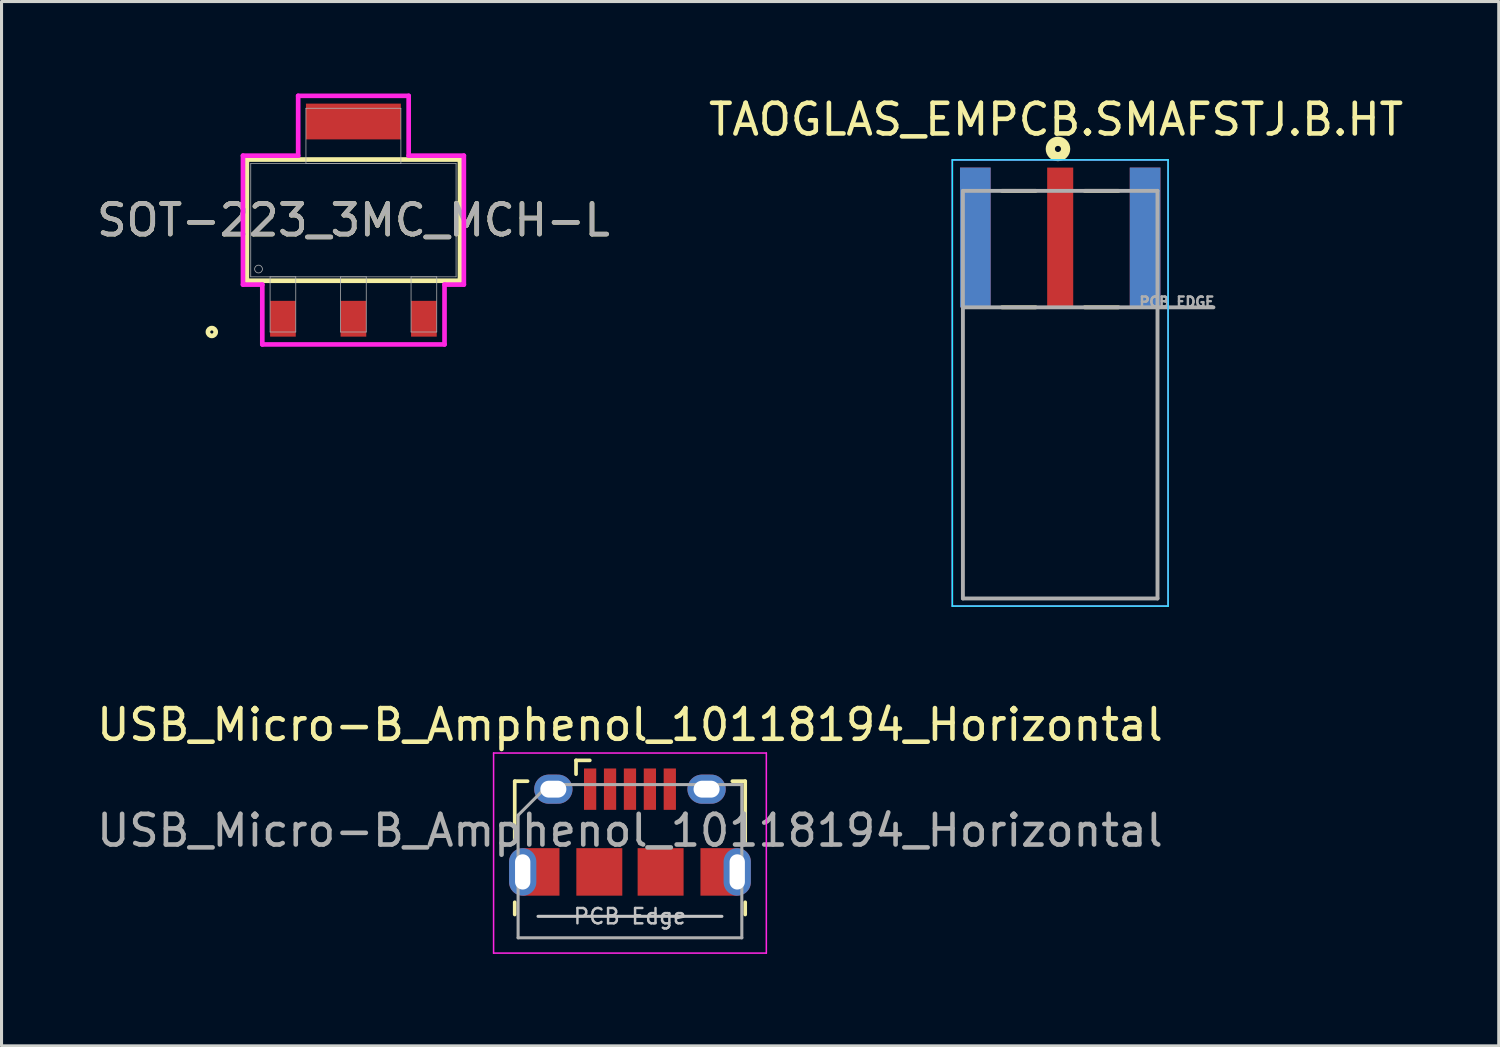
<source format=kicad_pcb>
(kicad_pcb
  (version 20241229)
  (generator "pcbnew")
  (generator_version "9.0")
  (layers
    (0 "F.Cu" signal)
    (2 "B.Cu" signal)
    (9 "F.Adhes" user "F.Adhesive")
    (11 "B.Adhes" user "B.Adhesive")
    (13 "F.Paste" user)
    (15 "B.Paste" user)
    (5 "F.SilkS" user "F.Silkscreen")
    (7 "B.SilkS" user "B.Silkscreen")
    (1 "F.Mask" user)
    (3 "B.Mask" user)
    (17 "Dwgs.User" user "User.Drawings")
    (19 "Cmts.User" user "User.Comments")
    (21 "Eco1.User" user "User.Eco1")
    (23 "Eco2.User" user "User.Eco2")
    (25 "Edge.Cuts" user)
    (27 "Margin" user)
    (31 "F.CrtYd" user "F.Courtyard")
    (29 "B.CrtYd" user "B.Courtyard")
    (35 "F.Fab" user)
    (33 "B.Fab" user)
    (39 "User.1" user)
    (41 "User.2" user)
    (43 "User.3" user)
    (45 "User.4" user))
  (footprint "USB_Micro-B_Amphenol_10118194_Horizontal"
    (layer "F.Cu")
    (at 17.506 24.101)
    (property "Reference" "USB_Micro-B_Amphenol_10118194_Horizontal" (at 0 -3.5 0) (layer "F.SilkS") (effects (font (size 1 1) (thickness 0.15))))
    (attr smd)
    (fp_line (start -3.76 -1.66) (end -3.34 -1.66) (stroke (width 0.12) (type solid)) (layer "F.SilkS"))
    (fp_line (start -3.76 0.32) (end -3.76 -1.66) (stroke (width 0.12) (type solid)) (layer "F.SilkS"))
    (fp_line (start -3.76 2.69) (end -3.76 2.29) (stroke (width 0.12) (type solid)) (layer "F.SilkS"))
    (fp_line (start -1.76 -1.89) (end -1.76 -2.34) (stroke (width 0.12) (type solid)) (layer "F.SilkS"))
    (fp_line (start -1.31 -2.34) (end -1.76 -2.34) (stroke (width 0.12) (type solid)) (layer "F.SilkS"))
    (fp_line (start 3.76 -1.66) (end 3.34 -1.66) (stroke (width 0.12) (type solid)) (layer "F.SilkS"))
    (fp_line (start 3.76 0.32) (end 3.76 -1.66) (stroke (width 0.12) (type solid)) (layer "F.SilkS"))
    (fp_line (start 3.76 2.29) (end 3.76 2.69) (stroke (width 0.12) (type solid)) (layer "F.SilkS"))
    (fp_line (start 3 2.75) (end -3 2.75) (stroke (width 0.1) (type solid)) (layer "Dwgs.User"))
    (fp_line (start -4.45 -2.58) (end -4.45 3.95) (stroke (width 0.05) (type solid)) (layer "F.CrtYd"))
    (fp_line (start -4.45 -2.58) (end 4.45 -2.58) (stroke (width 0.05) (type solid)) (layer "F.CrtYd"))
    (fp_line (start -4.45 3.95) (end 4.45 3.95) (stroke (width 0.05) (type solid)) (layer "F.CrtYd"))
    (fp_line (start 4.45 -2.58) (end 4.45 3.95) (stroke (width 0.05) (type solid)) (layer "F.CrtYd"))
    (fp_line (start -3.65 -0.55) (end -2.65 -1.55) (stroke (width 0.1) (type solid)) (layer "F.Fab"))
    (fp_line (start -3.65 3.45) (end -3.65 -0.55) (stroke (width 0.1) (type solid)) (layer "F.Fab"))
    (fp_line (start -2.65 -1.55) (end 3.65 -1.55) (stroke (width 0.1) (type solid)) (layer "F.Fab"))
    (fp_line (start 3.65 -1.55) (end 3.65 3.45) (stroke (width 0.1) (type solid)) (layer "F.Fab"))
    (fp_line (start 3.65 3.45) (end -3.65 3.45) (stroke (width 0.1) (type solid)) (layer "F.Fab"))
    (fp_text user "PCB Edge" (at 0 2.75 0) (layer "Dwgs.User") (effects (font (size 0.5 0.5) (thickness 0.08))))
    (fp_text user "${REFERENCE}" (at 0 -0.05 0) (layer "F.Fab") (effects (font (size 1 1) (thickness 0.15))))
    (pad "" smd oval (at -3.5 1.3) (size 0.89 1.55) (layers "F.Paste"))
    (pad "" smd oval (at -2.5 -1.4) (size 1.25 0.95) (layers "F.Paste"))
    (pad "" smd oval (at 2.5 -1.4) (size 1.25 0.95) (layers "F.Paste"))
    (pad "" smd oval (at 3.5 1.3) (size 0.89 1.55) (layers "F.Paste"))
    (pad "1" smd rect (at -1.3 -1.4) (size 0.4 1.35) (layers "F.Cu" "F.Mask" "F.Paste"))
    (pad "2" smd rect (at -0.65 -1.4) (size 0.4 1.35) (layers "F.Cu" "F.Mask" "F.Paste"))
    (pad "3" smd rect (at 0 -1.4) (size 0.4 1.35) (layers "F.Cu" "F.Mask" "F.Paste"))
    (pad "4" smd rect (at 0.65 -1.4) (size 0.4 1.35) (layers "F.Cu" "F.Mask" "F.Paste"))
    (pad "5" smd rect (at 1.3 -1.4) (size 0.4 1.35) (layers "F.Cu" "F.Mask" "F.Paste"))
    (pad "6" thru_hole oval (at -3.5 1.3) (size 0.89 1.55) (drill oval 0.5 1.15) (layers "*.Cu" "*.Mask"))
    (pad "6" smd rect (at -2.9 1.3) (size 1.2 1.55) (layers "F.Cu" "F.Mask" "F.Paste"))
    (pad "6" thru_hole oval (at -2.5 -1.4) (size 1.25 0.95) (drill oval 0.85 0.55) (layers "*.Cu" "*.Mask"))
    (pad "6" smd rect (at -1 1.3) (size 1.5 1.55) (layers "F.Cu" "F.Mask" "F.Paste"))
    (pad "6" smd rect (at 1 1.3) (size 1.5 1.55) (layers "F.Cu" "F.Mask" "F.Paste"))
    (pad "6" thru_hole oval (at 2.5 -1.4) (size 1.25 0.95) (drill oval 0.85 0.55) (layers "*.Cu" "*.Mask"))
    (pad "6" smd rect (at 2.9 1.3) (size 1.2 1.55) (layers "F.Cu" "F.Mask" "F.Paste"))
    (pad "6" thru_hole oval (at 3.5 1.3) (size 0.89 1.55) (drill oval 0.5 1.15) (layers "*.Cu" "*.Mask")))
  (footprint "TAOGLAS_EMPCB.SMAFSTJ.B.HT"
    (layer "F.Cu")
    (at 31.545 4.698)
    (property "Reference" "TAOGLAS_EMPCB.SMAFSTJ.B.HT" (at -0.135 -3.849 0) (layer "F.SilkS") (effects (font (size 1.001 1.001) (thickness 0.15))))
    (attr smd)
    (fp_line (start -1.9 -1.52) (end -0.8 -1.52) (stroke (width 0.127) (type solid)) (layer "F.SilkS"))
    (fp_line (start -1.9 2.28) (end -0.8 2.28) (stroke (width 0.127) (type solid)) (layer "F.SilkS"))
    (fp_line (start 0.8 -1.52) (end 1.9 -1.52) (stroke (width 0.127) (type solid)) (layer "F.SilkS"))
    (fp_line (start 0.8 2.28) (end 1.9 2.28) (stroke (width 0.127) (type solid)) (layer "F.SilkS"))
    (fp_circle (center -0.073 -2.888) (end 0.027 -2.888) (stroke (width 0.3) (type solid)) (fill no) (layer "F.SilkS"))
    (fp_line (start -3.52 -2.53) (end 3.52 -2.53) (stroke (width 0.05) (type solid)) (layer "B.CrtYd"))
    (fp_line (start -3.52 12.03) (end -3.52 -2.53) (stroke (width 0.05) (type solid)) (layer "B.CrtYd"))
    (fp_line (start 3.52 -2.53) (end 3.52 12.03) (stroke (width 0.05) (type solid)) (layer "B.CrtYd"))
    (fp_line (start 3.52 12.03) (end -3.52 12.03) (stroke (width 0.05) (type solid)) (layer "B.CrtYd"))
    (fp_line (start -3.52 -2.53) (end 3.52 -2.53) (stroke (width 0.05) (type solid)) (layer "F.CrtYd"))
    (fp_line (start -3.52 12.03) (end -3.52 -2.53) (stroke (width 0.05) (type solid)) (layer "F.CrtYd"))
    (fp_line (start 3.52 -2.53) (end 3.52 12.03) (stroke (width 0.05) (type solid)) (layer "F.CrtYd"))
    (fp_line (start 3.52 12.03) (end -3.52 12.03) (stroke (width 0.05) (type solid)) (layer "F.CrtYd"))
    (fp_line (start -3.175 -1.52) (end 3.175 -1.52) (stroke (width 0.127) (type solid)) (layer "F.Fab"))
    (fp_line (start -3.175 2.28) (end -3.175 -1.52) (stroke (width 0.127) (type solid)) (layer "F.Fab"))
    (fp_line (start -3.175 2.28) (end 5 2.28) (stroke (width 0.127) (type solid)) (layer "F.Fab"))
    (fp_line (start -3.175 11.78) (end -3.175 2.28) (stroke (width 0.127) (type solid)) (layer "F.Fab"))
    (fp_line (start 3.175 -1.52) (end 3.175 11.78) (stroke (width 0.127) (type solid)) (layer "F.Fab"))
    (fp_line (start 3.175 11.78) (end -3.175 11.78) (stroke (width 0.127) (type solid)) (layer "F.Fab"))
    (fp_text user "PCB EDGE" (at 3.807 2.104 0) (layer "F.Fab") (effects (font (size 0.321 0.321) (thickness 0.08))))
    (pad "1" smd rect (at 0 0) (size 0.85 4.56) (layers "F.Cu" "F.Mask" "F.Paste"))
    (pad "2" smd rect (at -2.77 0) (size 1 4.56) (layers "F.Cu" "F.Mask" "F.Paste"))
    (pad "2" smd rect (at -2.77 0) (size 1 4.56) (layers "B.Cu" "B.Mask" "B.Paste"))
    (pad "2" smd rect (at 2.77 0) (size 1 4.56) (layers "F.Cu" "F.Mask" "F.Paste"))
    (pad "2" smd rect (at 2.77 0) (size 1 4.56) (layers "B.Cu" "B.Mask" "B.Paste")))
  (footprint "SOT-223_3MC_MCH-L"
    (layer "F.Cu")
    (at 8.482 4.133)
    (property "Reference" "SOT-223_3MC_MCH-L" (at 0 0 0) (unlocked yes) (layer "F.SilkS") (effects (font (size 1 1) (thickness 0.15))))
    (attr smd)
    (fp_poly (pts (xy 1.549 -3.802) (xy -1.549 -3.802) (xy -1.549 -2.634) (xy 1.549 -2.634)) (stroke (width 0) (type solid)) (fill yes) (layer "F.Cu"))
    (fp_poly (pts (xy 1.549 -3.955) (xy -1.549 -3.955) (xy -1.549 -2.38) (xy 1.549 -2.38)) (stroke (width 0) (type solid)) (fill yes) (layer "F.Mask"))
    (fp_line (start -3.477 -1.977) (end -3.477 1.977) (stroke (width 0.152) (type solid)) (layer "F.SilkS"))
    (fp_line (start -3.477 1.977) (end 3.477 1.977) (stroke (width 0.152) (type solid)) (layer "F.SilkS"))
    (fp_line (start 3.477 -1.977) (end -3.477 -1.977) (stroke (width 0.152) (type solid)) (layer "F.SilkS"))
    (fp_line (start 3.477 1.977) (end 3.477 -1.977) (stroke (width 0.152) (type solid)) (layer "F.SilkS"))
    (fp_circle (center -4.62 3.65) (end -4.493 3.65) (stroke (width 0.152) (type solid)) (fill no) (layer "F.SilkS"))
    (fp_poly (pts (xy 1.549 -3.802) (xy -1.549 -3.802) (xy -1.549 -2.634) (xy 1.549 -2.634)) (stroke (width 0) (type solid)) (fill yes) (layer "F.Paste"))
    (fp_line (start -3.604 -2.104) (end -1.803 -2.104) (stroke (width 0.152) (type solid)) (layer "F.CrtYd"))
    (fp_line (start -3.604 2.104) (end -3.604 -2.104) (stroke (width 0.152) (type solid)) (layer "F.CrtYd"))
    (fp_line (start -2.973 2.104) (end -3.604 2.104) (stroke (width 0.152) (type solid)) (layer "F.CrtYd"))
    (fp_line (start -2.973 4.056) (end -2.973 2.104) (stroke (width 0.152) (type solid)) (layer "F.CrtYd"))
    (fp_line (start -1.803 -4.056) (end 1.803 -4.056) (stroke (width 0.152) (type solid)) (layer "F.CrtYd"))
    (fp_line (start -1.803 -2.104) (end -1.803 -4.056) (stroke (width 0.152) (type solid)) (layer "F.CrtYd"))
    (fp_line (start 1.803 -4.056) (end 1.803 -2.104) (stroke (width 0.152) (type solid)) (layer "F.CrtYd"))
    (fp_line (start 1.803 -2.104) (end 3.604 -2.104) (stroke (width 0.152) (type solid)) (layer "F.CrtYd"))
    (fp_line (start 2.973 2.104) (end 2.973 4.056) (stroke (width 0.152) (type solid)) (layer "F.CrtYd"))
    (fp_line (start 2.973 4.056) (end -2.973 4.056) (stroke (width 0.152) (type solid)) (layer "F.CrtYd"))
    (fp_line (start 3.604 -2.104) (end 3.604 2.104) (stroke (width 0.152) (type solid)) (layer "F.CrtYd"))
    (fp_line (start 3.604 2.104) (end 2.973 2.104) (stroke (width 0.152) (type solid)) (layer "F.CrtYd"))
    (fp_line (start -3.35 -1.85) (end -3.35 1.85) (stroke (width 0.025) (type solid)) (layer "F.Fab"))
    (fp_line (start -3.35 1.85) (end 3.35 1.85) (stroke (width 0.025) (type solid)) (layer "F.Fab"))
    (fp_line (start -2.719 1.85) (end -2.719 3.65) (stroke (width 0.025) (type solid)) (layer "F.Fab"))
    (fp_line (start -2.719 3.65) (end -1.881 3.65) (stroke (width 0.025) (type solid)) (layer "F.Fab"))
    (fp_line (start -1.881 1.85) (end -2.719 1.85) (stroke (width 0.025) (type solid)) (layer "F.Fab"))
    (fp_line (start -1.881 3.65) (end -1.881 1.85) (stroke (width 0.025) (type solid)) (layer "F.Fab"))
    (fp_line (start -1.549 -3.65) (end -1.549 -1.85) (stroke (width 0.025) (type solid)) (layer "F.Fab"))
    (fp_line (start -1.549 -1.85) (end 1.549 -1.85) (stroke (width 0.025) (type solid)) (layer "F.Fab"))
    (fp_line (start -0.419 1.85) (end -0.419 3.65) (stroke (width 0.025) (type solid)) (layer "F.Fab"))
    (fp_line (start -0.419 3.65) (end 0.419 3.65) (stroke (width 0.025) (type solid)) (layer "F.Fab"))
    (fp_line (start 0.419 1.85) (end -0.419 1.85) (stroke (width 0.025) (type solid)) (layer "F.Fab"))
    (fp_line (start 0.419 3.65) (end 0.419 1.85) (stroke (width 0.025) (type solid)) (layer "F.Fab"))
    (fp_line (start 1.549 -3.65) (end -1.549 -3.65) (stroke (width 0.025) (type solid)) (layer "F.Fab"))
    (fp_line (start 1.549 -1.85) (end 1.549 -3.65) (stroke (width 0.025) (type solid)) (layer "F.Fab"))
    (fp_line (start 1.881 1.85) (end 1.881 3.65) (stroke (width 0.025) (type solid)) (layer "F.Fab"))
    (fp_line (start 1.881 3.65) (end 2.719 3.65) (stroke (width 0.025) (type solid)) (layer "F.Fab"))
    (fp_line (start 2.719 1.85) (end 1.881 1.85) (stroke (width 0.025) (type solid)) (layer "F.Fab"))
    (fp_line (start 2.719 3.65) (end 2.719 1.85) (stroke (width 0.025) (type solid)) (layer "F.Fab"))
    (fp_line (start 3.35 -1.85) (end -3.35 -1.85) (stroke (width 0.025) (type solid)) (layer "F.Fab"))
    (fp_line (start 3.35 1.85) (end 3.35 -1.85) (stroke (width 0.025) (type solid)) (layer "F.Fab"))
    (fp_circle (center -3.096 1.596) (end -2.969 1.596) (stroke (width 0.025) (type solid)) (fill no) (layer "F.Fab"))
    (fp_text user "${REFERENCE}" (at 0 0 0) (unlocked yes) (layer "F.Fab") (effects (font (size 1 1) (thickness 0.15))))
    (pad "1" smd rect (at -2.3 3.218) (size 0.838 1.168) (layers "F.Cu" "F.Mask" "F.Paste"))
    (pad "2" smd rect (at 0 3.218) (size 0.838 1.168) (layers "F.Cu" "F.Mask" "F.Paste"))
    (pad "3" smd rect (at 2.3 3.218) (size 0.838 1.168) (layers "F.Cu" "F.Mask" "F.Paste")))
  (gr_rect
    (start -3 -3)
    (end 45.855 31.076)
    (stroke (width 0.1) (type default))
    (fill no)
    (layer "Edge.Cuts")))
</source>
